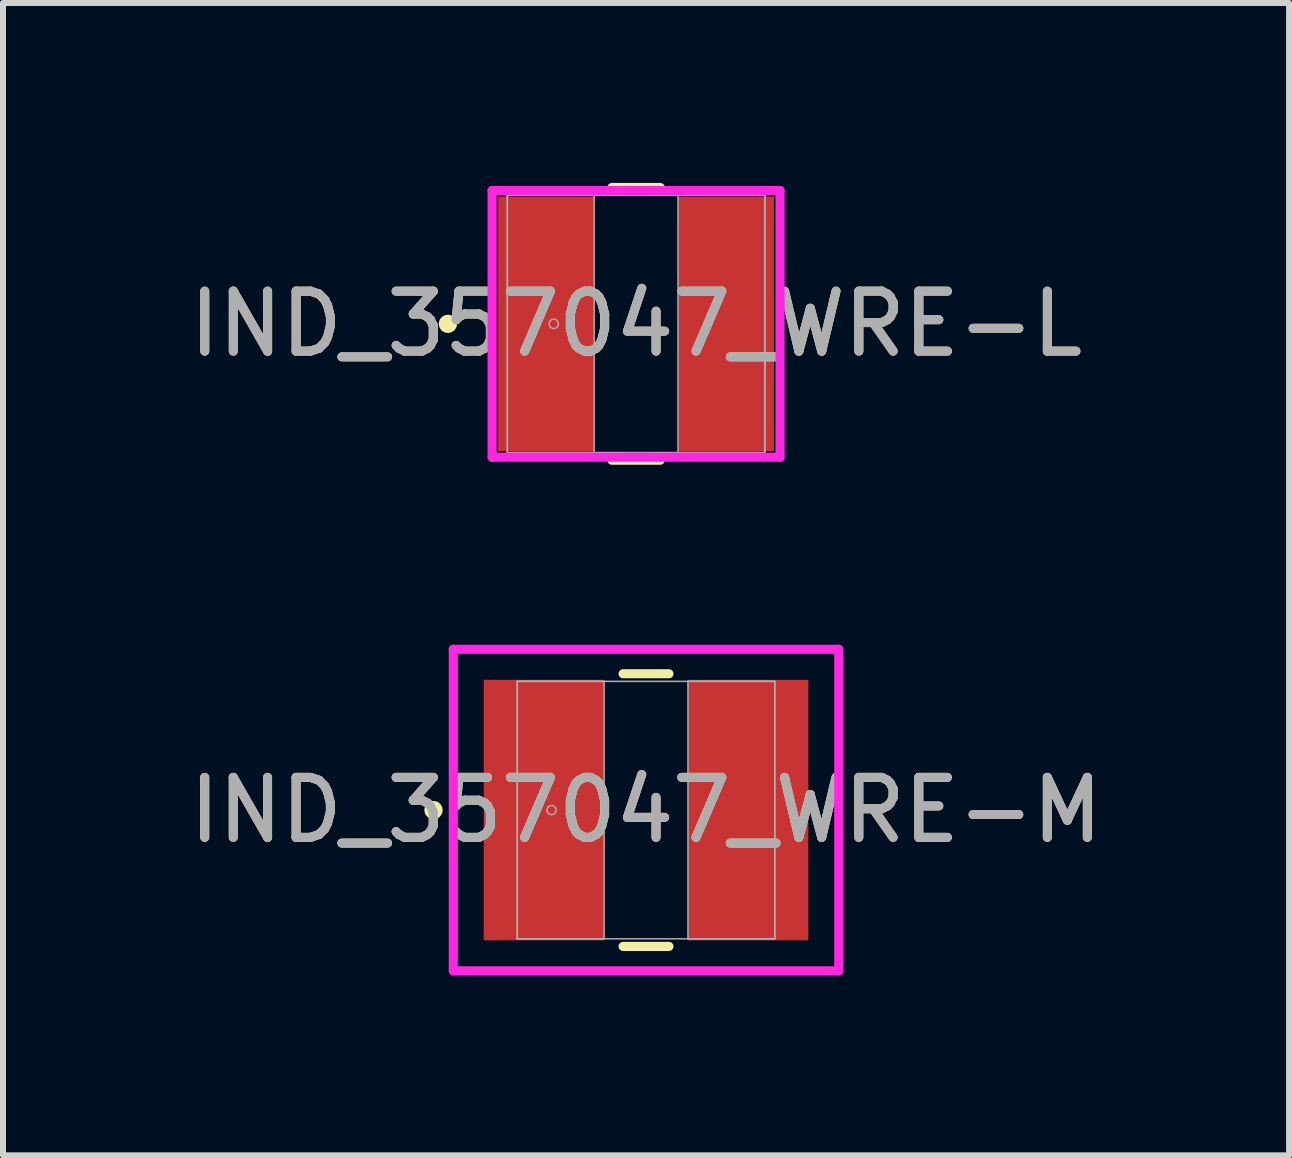
<source format=kicad_pcb>
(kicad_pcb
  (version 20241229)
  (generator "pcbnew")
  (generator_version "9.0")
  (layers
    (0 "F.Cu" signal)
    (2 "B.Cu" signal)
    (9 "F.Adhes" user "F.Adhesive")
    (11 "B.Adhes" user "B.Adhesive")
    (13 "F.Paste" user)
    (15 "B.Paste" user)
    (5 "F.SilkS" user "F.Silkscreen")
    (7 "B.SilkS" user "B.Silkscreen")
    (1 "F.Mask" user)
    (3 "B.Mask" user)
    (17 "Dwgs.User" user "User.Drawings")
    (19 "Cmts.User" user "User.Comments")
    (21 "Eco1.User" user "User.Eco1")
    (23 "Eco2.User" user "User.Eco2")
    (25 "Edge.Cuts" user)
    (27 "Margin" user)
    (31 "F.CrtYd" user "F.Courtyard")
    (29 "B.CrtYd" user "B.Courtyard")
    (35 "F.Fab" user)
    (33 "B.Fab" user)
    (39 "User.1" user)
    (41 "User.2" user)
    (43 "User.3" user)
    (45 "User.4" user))
  (footprint "IND_357047_WRE-L"
    (layer "F.Cu")
    (at 7.554 2.349)
    (property "Reference" "IND_357047_WRE-L" (at 0 0 0) (unlocked yes) (layer "F.SilkS") (effects (font (size 1 1) (thickness 0.15))))
    (attr smd)
    (fp_line (start -0.403 2.273) (end 0.403 2.273) (stroke (width 0.152) (type solid)) (layer "F.SilkS"))
    (fp_line (start 0.403 -2.273) (end -0.403 -2.273) (stroke (width 0.152) (type solid)) (layer "F.SilkS"))
    (fp_circle (center -3.137 0) (end -3.061 0) (stroke (width 0.152) (type solid)) (fill no) (layer "F.SilkS"))
    (fp_line (start -2.4 -2.223) (end 2.4 -2.223) (stroke (width 0.152) (type solid)) (layer "F.CrtYd"))
    (fp_line (start -2.4 2.223) (end -2.4 -2.223) (stroke (width 0.152) (type solid)) (layer "F.CrtYd"))
    (fp_line (start 2.4 -2.223) (end 2.4 2.223) (stroke (width 0.152) (type solid)) (layer "F.CrtYd"))
    (fp_line (start 2.4 2.223) (end -2.4 2.223) (stroke (width 0.152) (type solid)) (layer "F.CrtYd"))
    (fp_line (start -2.146 -2.146) (end -2.146 2.146) (stroke (width 0.025) (type solid)) (layer "F.Fab"))
    (fp_line (start -2.146 -2.146) (end -2.146 2.146) (stroke (width 0.025) (type solid)) (layer "F.Fab"))
    (fp_line (start -2.146 2.146) (end -0.699 2.146) (stroke (width 0.025) (type solid)) (layer "F.Fab"))
    (fp_line (start -2.146 2.146) (end 2.146 2.146) (stroke (width 0.025) (type solid)) (layer "F.Fab"))
    (fp_line (start -0.699 -2.146) (end -2.146 -2.146) (stroke (width 0.025) (type solid)) (layer "F.Fab"))
    (fp_line (start -0.699 2.146) (end -0.699 -2.146) (stroke (width 0.025) (type solid)) (layer "F.Fab"))
    (fp_line (start 0.699 -2.146) (end 0.699 2.146) (stroke (width 0.025) (type solid)) (layer "F.Fab"))
    (fp_line (start 0.699 2.146) (end 2.146 2.146) (stroke (width 0.025) (type solid)) (layer "F.Fab"))
    (fp_line (start 2.146 -2.146) (end -2.146 -2.146) (stroke (width 0.025) (type solid)) (layer "F.Fab"))
    (fp_line (start 2.146 -2.146) (end 0.699 -2.146) (stroke (width 0.025) (type solid)) (layer "F.Fab"))
    (fp_line (start 2.146 2.146) (end 2.146 -2.146) (stroke (width 0.025) (type solid)) (layer "F.Fab"))
    (fp_line (start 2.146 2.146) (end 2.146 -2.146) (stroke (width 0.025) (type solid)) (layer "F.Fab"))
    (fp_circle (center -1.372 0) (end -1.295 0) (stroke (width 0.025) (type solid)) (fill no) (layer "F.Fab"))
    (fp_text user "${REFERENCE}" (at 0 0 0) (unlocked yes) (layer "F.Fab") (effects (font (size 1 1) (thickness 0.15))))
    (pad "1" smd rect (at -1.499 0) (size 1.6 4.242) (layers "F.Cu" "F.Mask" "F.Paste"))
    (pad "2" smd rect (at 1.499 0) (size 1.6 4.242) (layers "F.Cu" "F.Mask" "F.Paste"))
    (zone (net_name "") (layer "F.Cu") (hatch full 0.508) (connect_pads) (min_thickness 0.254) (filled_areas_thickness no) (keepout (tracks not_allowed) (vias not_allowed) (pads allowed) (copperpour not_allowed) (footprints allowed)) (placement (enabled no)) (fill) (polygon (pts (xy 6.906 0.254) (xy 8.201 0.254) (xy 8.201 4.445) (xy 6.906 4.445)))))
  (footprint "IND_357047_WRE-M"
    (layer "F.Cu")
    (at 7.72 10.455)
    (property "Reference" "IND_357047_WRE-M" (at 0 0 0) (unlocked yes) (layer "F.SilkS") (effects (font (size 1 1) (thickness 0.15))))
    (attr smd)
    (fp_line (start -0.382 2.273) (end 0.382 2.273) (stroke (width 0.152) (type solid)) (layer "F.SilkS"))
    (fp_line (start 0.382 -2.273) (end -0.382 -2.273) (stroke (width 0.152) (type solid)) (layer "F.SilkS"))
    (fp_circle (center -3.543 0) (end -3.467 0) (stroke (width 0.152) (type solid)) (fill no) (layer "F.SilkS"))
    (fp_line (start -3.213 -2.68) (end 3.213 -2.68) (stroke (width 0.152) (type solid)) (layer "F.CrtYd"))
    (fp_line (start -3.213 2.68) (end -3.213 -2.68) (stroke (width 0.152) (type solid)) (layer "F.CrtYd"))
    (fp_line (start 3.213 -2.68) (end 3.213 2.68) (stroke (width 0.152) (type solid)) (layer "F.CrtYd"))
    (fp_line (start 3.213 2.68) (end -3.213 2.68) (stroke (width 0.152) (type solid)) (layer "F.CrtYd"))
    (fp_line (start -2.146 -2.146) (end -2.146 2.146) (stroke (width 0.025) (type solid)) (layer "F.Fab"))
    (fp_line (start -2.146 -2.146) (end -2.146 2.146) (stroke (width 0.025) (type solid)) (layer "F.Fab"))
    (fp_line (start -2.146 2.146) (end -0.699 2.146) (stroke (width 0.025) (type solid)) (layer "F.Fab"))
    (fp_line (start -2.146 2.146) (end 2.146 2.146) (stroke (width 0.025) (type solid)) (layer "F.Fab"))
    (fp_line (start -0.699 -2.146) (end -2.146 -2.146) (stroke (width 0.025) (type solid)) (layer "F.Fab"))
    (fp_line (start -0.699 2.146) (end -0.699 -2.146) (stroke (width 0.025) (type solid)) (layer "F.Fab"))
    (fp_line (start 0.699 -2.146) (end 0.699 2.146) (stroke (width 0.025) (type solid)) (layer "F.Fab"))
    (fp_line (start 0.699 2.146) (end 2.146 2.146) (stroke (width 0.025) (type solid)) (layer "F.Fab"))
    (fp_line (start 2.146 -2.146) (end -2.146 -2.146) (stroke (width 0.025) (type solid)) (layer "F.Fab"))
    (fp_line (start 2.146 -2.146) (end 0.699 -2.146) (stroke (width 0.025) (type solid)) (layer "F.Fab"))
    (fp_line (start 2.146 2.146) (end 2.146 -2.146) (stroke (width 0.025) (type solid)) (layer "F.Fab"))
    (fp_line (start 2.146 2.146) (end 2.146 -2.146) (stroke (width 0.025) (type solid)) (layer "F.Fab"))
    (fp_circle (center -1.575 0) (end -1.499 0) (stroke (width 0.025) (type solid)) (fill no) (layer "F.Fab"))
    (fp_text user "${REFERENCE}" (at 0 0 0) (unlocked yes) (layer "F.Fab") (effects (font (size 1 1) (thickness 0.15))))
    (pad "1" smd rect (at -1.702 0) (size 2.007 4.343) (layers "F.Cu" "F.Mask" "F.Paste"))
    (pad "2" smd rect (at 1.702 0) (size 2.007 4.343) (layers "F.Cu" "F.Mask" "F.Paste"))
    (zone (net_name "") (layer "F.Cu") (hatch full 0.508) (connect_pads) (min_thickness 0.254) (filled_areas_thickness no) (keepout (tracks not_allowed) (vias not_allowed) (pads allowed) (copperpour not_allowed) (footprints allowed)) (placement (enabled no)) (fill) (polygon (pts (xy 7.073 8.359) (xy 8.368 8.359) (xy 8.368 12.55) (xy 7.073 12.55)))))
  (gr_rect
    (start -3 -3)
    (end 18.44 16.211)
    (stroke (width 0.1) (type default))
    (fill no)
    (layer "Edge.Cuts")))
</source>
